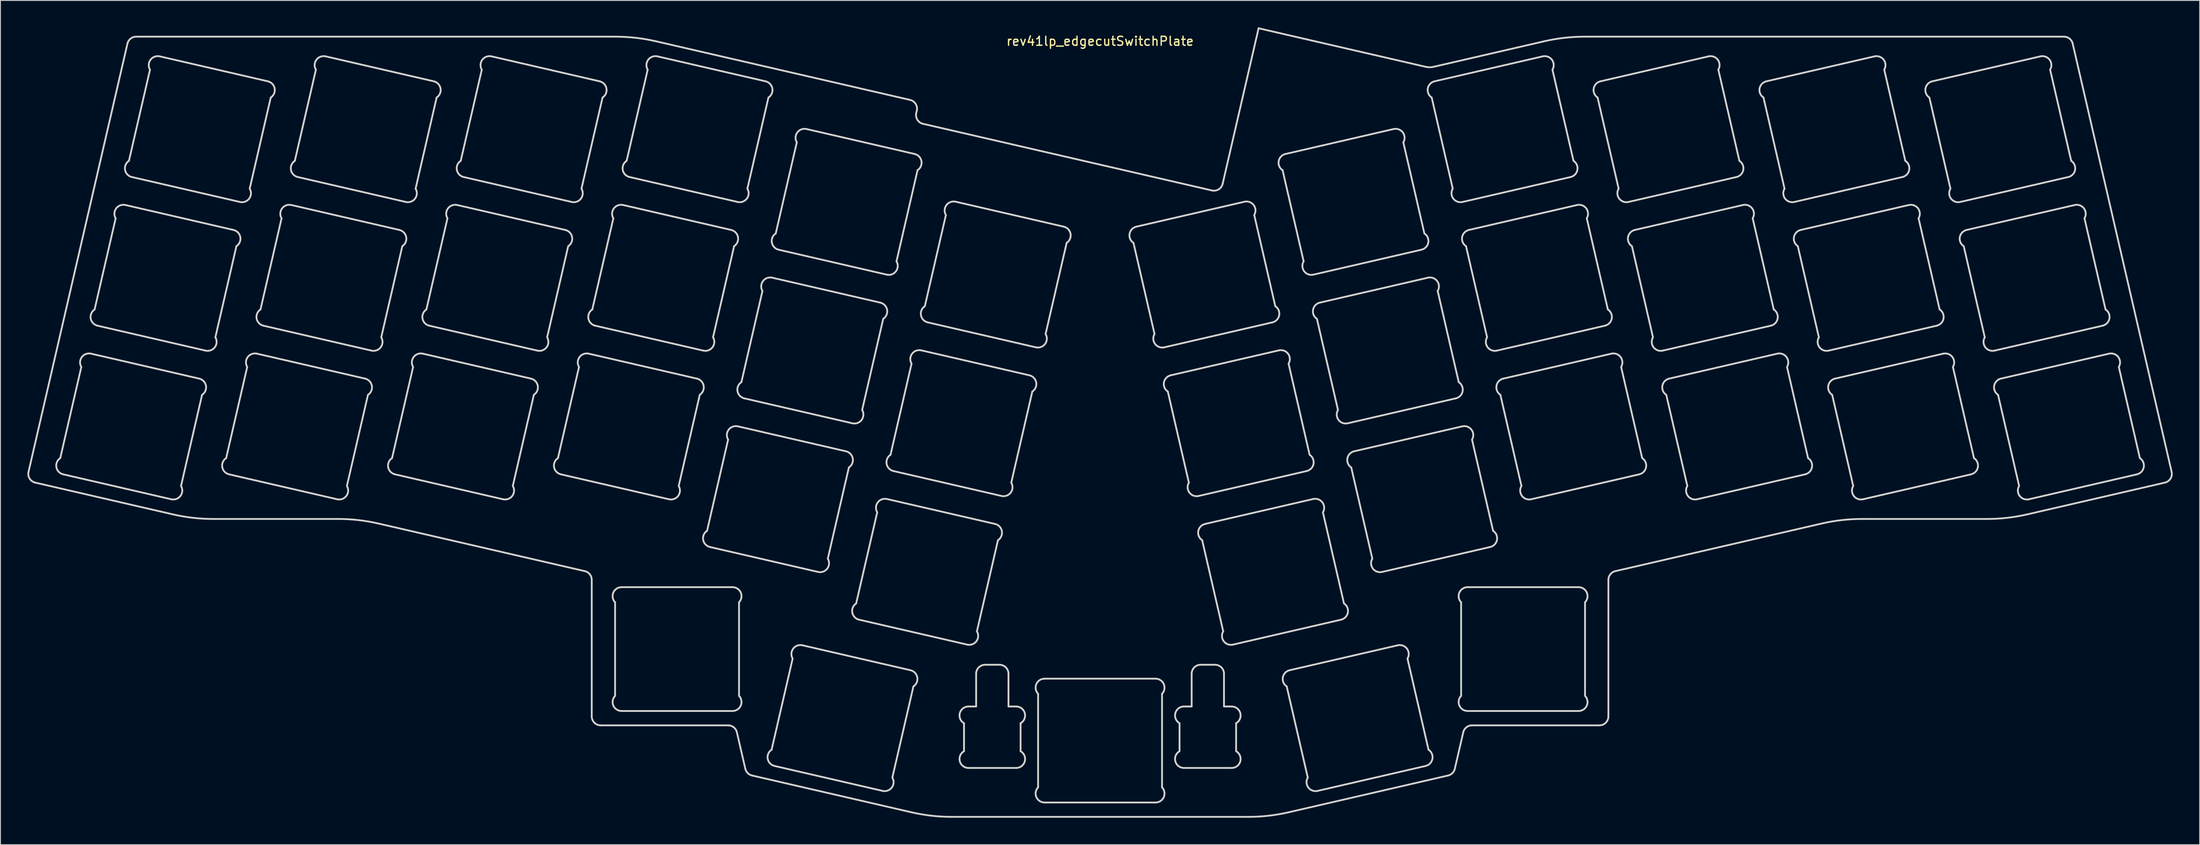
<source format=kicad_pcb>
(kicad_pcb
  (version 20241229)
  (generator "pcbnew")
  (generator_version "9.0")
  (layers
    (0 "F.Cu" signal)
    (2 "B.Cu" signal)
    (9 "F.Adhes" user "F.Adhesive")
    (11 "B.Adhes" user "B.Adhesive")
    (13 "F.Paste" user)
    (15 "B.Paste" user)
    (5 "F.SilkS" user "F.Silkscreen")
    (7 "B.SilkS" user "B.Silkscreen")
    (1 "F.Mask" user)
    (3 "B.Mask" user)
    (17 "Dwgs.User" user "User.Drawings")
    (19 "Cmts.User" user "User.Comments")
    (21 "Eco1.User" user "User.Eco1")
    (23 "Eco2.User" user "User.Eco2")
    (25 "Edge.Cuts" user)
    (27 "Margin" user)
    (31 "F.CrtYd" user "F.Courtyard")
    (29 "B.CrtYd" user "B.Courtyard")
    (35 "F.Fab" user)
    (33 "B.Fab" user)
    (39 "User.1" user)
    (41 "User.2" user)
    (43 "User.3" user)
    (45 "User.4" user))
  (footprint "rev41lp_edgecutSwitchPlate"
    (layer "F.Cu")
    (at 119.449 1.037)
    (property "Reference" "rev41lp_edgecutSwitchPlate" (at 0 0.5 0) (layer "F.SilkS") (effects (font (size 1 1) (thickness 0.15))))
    (attr through_hole)
    (fp_line (start -119.324 48.494) (end -108.307 0.775) (stroke (width 0.2) (type solid)) (layer "Edge.Cuts"))
    (fp_line (start -115.463 48.769) (end -103.426 51.548) (stroke (width 0.2) (type solid)) (layer "Edge.Cuts"))
    (fp_line (start -113.444 36.807) (end -115.788 46.959) (stroke (width 0.2) (type solid)) (layer "Edge.Cuts"))
    (fp_line (start -111.639 32.205) (end -99.602 34.984) (stroke (width 0.2) (type solid)) (layer "Edge.Cuts"))
    (fp_line (start -109.62 20.243) (end -111.964 30.395) (stroke (width 0.2) (type solid)) (layer "Edge.Cuts"))
    (fp_line (start -107.815 15.64) (end -95.778 18.419) (stroke (width 0.2) (type solid)) (layer "Edge.Cuts"))
    (fp_line (start -107.332 0) (end -53.96 0) (stroke (width 0.2) (type solid)) (layer "Edge.Cuts"))
    (fp_line (start -105.796 3.679) (end -108.139 13.83) (stroke (width 0.2) (type solid)) (layer "Edge.Cuts"))
    (fp_line (start -103.256 53.229) (end -118.574 49.693) (stroke (width 0.2) (type solid)) (layer "Edge.Cuts"))
    (fp_line (start -102.341 50.063) (end -99.998 39.912) (stroke (width 0.2) (type solid)) (layer "Edge.Cuts"))
    (fp_line (start -100.322 38.102) (end -112.359 35.323) (stroke (width 0.2) (type solid)) (layer "Edge.Cuts"))
    (fp_line (start -98.517 33.499) (end -96.174 23.347) (stroke (width 0.2) (type solid)) (layer "Edge.Cuts"))
    (fp_line (start -96.99 48.769) (end -84.953 51.548) (stroke (width 0.2) (type solid)) (layer "Edge.Cuts"))
    (fp_line (start -96.498 21.537) (end -108.535 18.758) (stroke (width 0.2) (type solid)) (layer "Edge.Cuts"))
    (fp_line (start -94.971 36.807) (end -97.314 46.959) (stroke (width 0.2) (type solid)) (layer "Edge.Cuts"))
    (fp_line (start -94.693 16.935) (end -92.349 6.783) (stroke (width 0.2) (type solid)) (layer "Edge.Cuts"))
    (fp_line (start -93.166 32.205) (end -81.129 34.984) (stroke (width 0.2) (type solid)) (layer "Edge.Cuts"))
    (fp_line (start -92.674 4.973) (end -104.711 2.194) (stroke (width 0.2) (type solid)) (layer "Edge.Cuts"))
    (fp_line (start -91.146 20.243) (end -93.49 30.395) (stroke (width 0.2) (type solid)) (layer "Edge.Cuts"))
    (fp_line (start -89.342 15.64) (end -77.304 18.419) (stroke (width 0.2) (type solid)) (layer "Edge.Cuts"))
    (fp_line (start -87.322 3.679) (end -89.666 13.83) (stroke (width 0.2) (type solid)) (layer "Edge.Cuts"))
    (fp_line (start -84.841 53.742) (end -98.757 53.742) (stroke (width 0.2) (type solid)) (layer "Edge.Cuts"))
    (fp_line (start -83.868 50.063) (end -81.524 39.912) (stroke (width 0.2) (type solid)) (layer "Edge.Cuts"))
    (fp_line (start -81.848 38.102) (end -93.886 35.323) (stroke (width 0.2) (type solid)) (layer "Edge.Cuts"))
    (fp_line (start -80.044 33.499) (end -77.7 23.347) (stroke (width 0.2) (type solid)) (layer "Edge.Cuts"))
    (fp_line (start -78.516 48.769) (end -66.479 51.548) (stroke (width 0.2) (type solid)) (layer "Edge.Cuts"))
    (fp_line (start -78.024 21.537) (end -90.061 18.758) (stroke (width 0.2) (type solid)) (layer "Edge.Cuts"))
    (fp_line (start -76.497 36.807) (end -78.841 46.959) (stroke (width 0.2) (type solid)) (layer "Edge.Cuts"))
    (fp_line (start -76.22 16.935) (end -73.876 6.783) (stroke (width 0.2) (type solid)) (layer "Edge.Cuts"))
    (fp_line (start -74.692 32.205) (end -62.655 34.984) (stroke (width 0.2) (type solid)) (layer "Edge.Cuts"))
    (fp_line (start -74.2 4.973) (end -86.237 2.194) (stroke (width 0.2) (type solid)) (layer "Edge.Cuts"))
    (fp_line (start -72.673 20.243) (end -75.017 30.395) (stroke (width 0.2) (type solid)) (layer "Edge.Cuts"))
    (fp_line (start -70.868 15.64) (end -58.831 18.419) (stroke (width 0.2) (type solid)) (layer "Edge.Cuts"))
    (fp_line (start -68.849 3.679) (end -71.192 13.83) (stroke (width 0.2) (type solid)) (layer "Edge.Cuts"))
    (fp_line (start -65.394 50.063) (end -63.051 39.912) (stroke (width 0.2) (type solid)) (layer "Edge.Cuts"))
    (fp_line (start -63.375 38.102) (end -75.412 35.323) (stroke (width 0.2) (type solid)) (layer "Edge.Cuts"))
    (fp_line (start -61.57 33.499) (end -59.227 23.347) (stroke (width 0.2) (type solid)) (layer "Edge.Cuts"))
    (fp_line (start -60.043 48.769) (end -48.006 51.548) (stroke (width 0.2) (type solid)) (layer "Edge.Cuts"))
    (fp_line (start -59.551 21.537) (end -71.588 18.758) (stroke (width 0.2) (type solid)) (layer "Edge.Cuts"))
    (fp_line (start -58.024 36.807) (end -60.367 46.959) (stroke (width 0.2) (type solid)) (layer "Edge.Cuts"))
    (fp_line (start -57.746 16.935) (end -55.402 6.783) (stroke (width 0.2) (type solid)) (layer "Edge.Cuts"))
    (fp_line (start -57.38 59.556) (end -80.342 54.255) (stroke (width 0.2) (type solid)) (layer "Edge.Cuts"))
    (fp_line (start -56.605 75.741) (end -56.605 60.53) (stroke (width 0.2) (type solid)) (layer "Edge.Cuts"))
    (fp_line (start -56.219 32.205) (end -44.182 34.984) (stroke (width 0.2) (type solid)) (layer "Edge.Cuts"))
    (fp_line (start -55.727 4.973) (end -67.764 2.194) (stroke (width 0.2) (type solid)) (layer "Edge.Cuts"))
    (fp_line (start -54.199 20.243) (end -56.543 30.395) (stroke (width 0.2) (type solid)) (layer "Edge.Cuts"))
    (fp_line (start -54.005 63.031) (end -54.005 73.45) (stroke (width 0.2) (type solid)) (layer "Edge.Cuts"))
    (fp_line (start -53.282 75.141) (end -40.928 75.141) (stroke (width 0.2) (type solid)) (layer "Edge.Cuts"))
    (fp_line (start -52.395 15.64) (end -40.358 18.419) (stroke (width 0.2) (type solid)) (layer "Edge.Cuts"))
    (fp_line (start -50.375 3.679) (end -52.719 13.83) (stroke (width 0.2) (type solid)) (layer "Edge.Cuts"))
    (fp_line (start -49.461 0.513) (end -21.158 7.047) (stroke (width 0.2) (type solid)) (layer "Edge.Cuts"))
    (fp_line (start -46.921 50.063) (end -44.577 39.912) (stroke (width 0.2) (type solid)) (layer "Edge.Cuts"))
    (fp_line (start -44.902 38.102) (end -56.939 35.323) (stroke (width 0.2) (type solid)) (layer "Edge.Cuts"))
    (fp_line (start -43.439 56.867) (end -31.402 59.646) (stroke (width 0.2) (type solid)) (layer "Edge.Cuts"))
    (fp_line (start -43.097 33.499) (end -40.753 23.347) (stroke (width 0.2) (type solid)) (layer "Edge.Cuts"))
    (fp_line (start -41.42 44.906) (end -43.763 55.057) (stroke (width 0.2) (type solid)) (layer "Edge.Cuts"))
    (fp_line (start -41.416 76.741) (end -55.605 76.741) (stroke (width 0.2) (type solid)) (layer "Edge.Cuts"))
    (fp_line (start -41.077 21.537) (end -53.114 18.758) (stroke (width 0.2) (type solid)) (layer "Edge.Cuts"))
    (fp_line (start -40.928 61.341) (end -53.282 61.341) (stroke (width 0.2) (type solid)) (layer "Edge.Cuts"))
    (fp_line (start -40.205 73.45) (end -40.205 63.031) (stroke (width 0.2) (type solid)) (layer "Edge.Cuts"))
    (fp_line (start -39.615 40.303) (end -27.578 43.082) (stroke (width 0.2) (type solid)) (layer "Edge.Cuts"))
    (fp_line (start -39.503 81.58) (end -40.442 77.516) (stroke (width 0.2) (type solid)) (layer "Edge.Cuts"))
    (fp_line (start -39.273 16.935) (end -36.929 6.783) (stroke (width 0.2) (type solid)) (layer "Edge.Cuts"))
    (fp_line (start -37.596 28.341) (end -39.939 38.493) (stroke (width 0.2) (type solid)) (layer "Edge.Cuts"))
    (fp_line (start -37.253 4.973) (end -49.29 2.194) (stroke (width 0.2) (type solid)) (layer "Edge.Cuts"))
    (fp_line (start -36.252 81.265) (end -24.215 84.044) (stroke (width 0.2) (type solid)) (layer "Edge.Cuts"))
    (fp_line (start -35.791 23.739) (end -23.754 26.518) (stroke (width 0.2) (type solid)) (layer "Edge.Cuts"))
    (fp_line (start -34.233 69.303) (end -36.576 79.455) (stroke (width 0.2) (type solid)) (layer "Edge.Cuts"))
    (fp_line (start -33.771 11.777) (end -36.115 21.929) (stroke (width 0.2) (type solid)) (layer "Edge.Cuts"))
    (fp_line (start -30.317 58.161) (end -27.973 48.01) (stroke (width 0.2) (type solid)) (layer "Edge.Cuts"))
    (fp_line (start -28.298 46.2) (end -40.335 43.421) (stroke (width 0.2) (type solid)) (layer "Edge.Cuts"))
    (fp_line (start -26.835 64.965) (end -14.798 67.744) (stroke (width 0.2) (type solid)) (layer "Edge.Cuts"))
    (fp_line (start -26.493 41.597) (end -24.149 31.446) (stroke (width 0.2) (type solid)) (layer "Edge.Cuts"))
    (fp_line (start -24.816 53.004) (end -27.16 63.155) (stroke (width 0.2) (type solid)) (layer "Edge.Cuts"))
    (fp_line (start -24.474 29.636) (end -36.511 26.857) (stroke (width 0.2) (type solid)) (layer "Edge.Cuts"))
    (fp_line (start -23.13 82.559) (end -20.786 72.408) (stroke (width 0.2) (type solid)) (layer "Edge.Cuts"))
    (fp_line (start -23.011 48.401) (end -10.974 51.18) (stroke (width 0.2) (type solid)) (layer "Edge.Cuts"))
    (fp_line (start -22.669 25.033) (end -20.325 14.881) (stroke (width 0.2) (type solid)) (layer "Edge.Cuts"))
    (fp_line (start -21.111 70.598) (end -33.148 67.819) (stroke (width 0.2) (type solid)) (layer "Edge.Cuts"))
    (fp_line (start -21.01 86.426) (end -38.754 82.329) (stroke (width 0.2) (type solid)) (layer "Edge.Cuts"))
    (fp_line (start -20.992 36.44) (end -23.335 46.591) (stroke (width 0.2) (type solid)) (layer "Edge.Cuts"))
    (fp_line (start -20.649 13.071) (end -32.686 10.292) (stroke (width 0.2) (type solid)) (layer "Edge.Cuts"))
    (fp_line (start -20.409 8.246) (end -20.47 8.509) (stroke (width 0.2) (type solid)) (layer "Edge.Cuts"))
    (fp_line (start -19.72 9.708) (end 12.454 17.136) (stroke (width 0.2) (type solid)) (layer "Edge.Cuts"))
    (fp_line (start -19.187 31.837) (end -7.15 34.616) (stroke (width 0.2) (type solid)) (layer "Edge.Cuts"))
    (fp_line (start -17.168 19.875) (end -19.511 30.027) (stroke (width 0.2) (type solid)) (layer "Edge.Cuts"))
    (fp_line (start -15.15 76.504) (end -15.15 79.622) (stroke (width 0.2) (type solid)) (layer "Edge.Cuts"))
    (fp_line (start -14.65 81.488) (end -9.35 81.488) (stroke (width 0.2) (type solid)) (layer "Edge.Cuts"))
    (fp_line (start -13.8 70.988) (end -13.8 74.638) (stroke (width 0.2) (type solid)) (layer "Edge.Cuts"))
    (fp_line (start -13.8 74.638) (end -14.65 74.638) (stroke (width 0.2) (type solid)) (layer "Edge.Cuts"))
    (fp_line (start -13.713 66.26) (end -11.37 56.108) (stroke (width 0.2) (type solid)) (layer "Edge.Cuts"))
    (fp_line (start -11.694 54.298) (end -23.731 51.519) (stroke (width 0.2) (type solid)) (layer "Edge.Cuts"))
    (fp_line (start -11.2 69.988) (end -12.8 69.988) (stroke (width 0.2) (type solid)) (layer "Edge.Cuts"))
    (fp_line (start -10.2 74.638) (end -10.2 70.988) (stroke (width 0.2) (type solid)) (layer "Edge.Cuts"))
    (fp_line (start -9.889 49.695) (end -7.545 39.544) (stroke (width 0.2) (type solid)) (layer "Edge.Cuts"))
    (fp_line (start -9.35 74.638) (end -10.2 74.638) (stroke (width 0.2) (type solid)) (layer "Edge.Cuts"))
    (fp_line (start -8.85 79.622) (end -8.85 76.504) (stroke (width 0.2) (type solid)) (layer "Edge.Cuts"))
    (fp_line (start -7.87 37.734) (end -19.907 34.955) (stroke (width 0.2) (type solid)) (layer "Edge.Cuts"))
    (fp_line (start -6.9 73.229) (end -6.9 83.648) (stroke (width 0.2) (type solid)) (layer "Edge.Cuts"))
    (fp_line (start -6.177 85.338) (end 6.177 85.338) (stroke (width 0.2) (type solid)) (layer "Edge.Cuts"))
    (fp_line (start -6.065 33.131) (end -3.721 22.98) (stroke (width 0.2) (type solid)) (layer "Edge.Cuts"))
    (fp_line (start -4.046 21.17) (end -16.083 18.391) (stroke (width 0.2) (type solid)) (layer "Edge.Cuts"))
    (fp_line (start 3.721 22.98) (end 6.065 33.131) (stroke (width 0.2) (type solid)) (layer "Edge.Cuts"))
    (fp_line (start 6.177 71.538) (end -6.177 71.538) (stroke (width 0.2) (type solid)) (layer "Edge.Cuts"))
    (fp_line (start 6.9 83.648) (end 6.9 73.229) (stroke (width 0.2) (type solid)) (layer "Edge.Cuts"))
    (fp_line (start 7.15 34.616) (end 19.187 31.837) (stroke (width 0.2) (type solid)) (layer "Edge.Cuts"))
    (fp_line (start 7.545 39.544) (end 9.889 49.695) (stroke (width 0.2) (type solid)) (layer "Edge.Cuts"))
    (fp_line (start 8.85 79.622) (end 8.85 76.504) (stroke (width 0.2) (type solid)) (layer "Edge.Cuts"))
    (fp_line (start 9.35 74.638) (end 10.2 74.638) (stroke (width 0.2) (type solid)) (layer "Edge.Cuts"))
    (fp_line (start 10.2 74.638) (end 10.2 70.988) (stroke (width 0.2) (type solid)) (layer "Edge.Cuts"))
    (fp_line (start 10.974 51.18) (end 23.011 48.401) (stroke (width 0.2) (type solid)) (layer "Edge.Cuts"))
    (fp_line (start 11.2 69.988) (end 12.8 69.988) (stroke (width 0.2) (type solid)) (layer "Edge.Cuts"))
    (fp_line (start 11.37 56.108) (end 13.713 66.26) (stroke (width 0.2) (type solid)) (layer "Edge.Cuts"))
    (fp_line (start 13.653 16.387) (end 17.653 -0.937) (stroke (width 0.2) (type solid)) (layer "Edge.Cuts"))
    (fp_line (start 13.8 70.988) (end 13.8 74.638) (stroke (width 0.2) (type solid)) (layer "Edge.Cuts"))
    (fp_line (start 13.8 74.638) (end 14.65 74.638) (stroke (width 0.2) (type solid)) (layer "Edge.Cuts"))
    (fp_line (start 14.65 81.488) (end 9.35 81.488) (stroke (width 0.2) (type solid)) (layer "Edge.Cuts"))
    (fp_line (start 14.798 67.744) (end 26.835 64.965) (stroke (width 0.2) (type solid)) (layer "Edge.Cuts"))
    (fp_line (start 15.15 76.504) (end 15.15 79.622) (stroke (width 0.2) (type solid)) (layer "Edge.Cuts"))
    (fp_line (start 16.083 18.391) (end 4.046 21.17) (stroke (width 0.2) (type solid)) (layer "Edge.Cuts"))
    (fp_line (start 16.511 86.938) (end -16.511 86.938) (stroke (width 0.2) (type solid)) (layer "Edge.Cuts"))
    (fp_line (start 17.653 -0.937) (end 36.247 3.356) (stroke (width 0.2) (type solid)) (layer "Edge.Cuts"))
    (fp_line (start 19.511 30.027) (end 17.168 19.875) (stroke (width 0.2) (type solid)) (layer "Edge.Cuts"))
    (fp_line (start 19.907 34.955) (end 7.87 37.734) (stroke (width 0.2) (type solid)) (layer "Edge.Cuts"))
    (fp_line (start 20.325 14.881) (end 22.669 25.033) (stroke (width 0.2) (type solid)) (layer "Edge.Cuts"))
    (fp_line (start 20.786 72.408) (end 23.13 82.559) (stroke (width 0.2) (type solid)) (layer "Edge.Cuts"))
    (fp_line (start 23.335 46.591) (end 20.992 36.44) (stroke (width 0.2) (type solid)) (layer "Edge.Cuts"))
    (fp_line (start 23.731 51.519) (end 11.694 54.298) (stroke (width 0.2) (type solid)) (layer "Edge.Cuts"))
    (fp_line (start 23.754 26.518) (end 35.791 23.739) (stroke (width 0.2) (type solid)) (layer "Edge.Cuts"))
    (fp_line (start 24.149 31.446) (end 26.493 41.597) (stroke (width 0.2) (type solid)) (layer "Edge.Cuts"))
    (fp_line (start 24.215 84.044) (end 36.252 81.265) (stroke (width 0.2) (type solid)) (layer "Edge.Cuts"))
    (fp_line (start 27.16 63.155) (end 24.816 53.004) (stroke (width 0.2) (type solid)) (layer "Edge.Cuts"))
    (fp_line (start 27.578 43.082) (end 39.615 40.303) (stroke (width 0.2) (type solid)) (layer "Edge.Cuts"))
    (fp_line (start 27.973 48.01) (end 30.317 58.161) (stroke (width 0.2) (type solid)) (layer "Edge.Cuts"))
    (fp_line (start 31.402 59.646) (end 43.439 56.867) (stroke (width 0.2) (type solid)) (layer "Edge.Cuts"))
    (fp_line (start 32.686 10.292) (end 20.649 13.071) (stroke (width 0.2) (type solid)) (layer "Edge.Cuts"))
    (fp_line (start 33.148 67.819) (end 21.111 70.598) (stroke (width 0.2) (type solid)) (layer "Edge.Cuts"))
    (fp_line (start 36.115 21.929) (end 33.771 11.777) (stroke (width 0.2) (type solid)) (layer "Edge.Cuts"))
    (fp_line (start 36.511 26.857) (end 24.474 29.636) (stroke (width 0.2) (type solid)) (layer "Edge.Cuts"))
    (fp_line (start 36.576 79.455) (end 34.233 69.303) (stroke (width 0.2) (type solid)) (layer "Edge.Cuts"))
    (fp_line (start 36.929 6.783) (end 39.273 16.935) (stroke (width 0.2) (type solid)) (layer "Edge.Cuts"))
    (fp_line (start 37.147 3.356) (end 49.461 0.513) (stroke (width 0.2) (type solid)) (layer "Edge.Cuts"))
    (fp_line (start 38.754 82.329) (end 21.01 86.426) (stroke (width 0.2) (type solid)) (layer "Edge.Cuts"))
    (fp_line (start 39.939 38.493) (end 37.596 28.341) (stroke (width 0.2) (type solid)) (layer "Edge.Cuts"))
    (fp_line (start 40.205 63.031) (end 40.205 73.45) (stroke (width 0.2) (type solid)) (layer "Edge.Cuts"))
    (fp_line (start 40.335 43.421) (end 28.298 46.2) (stroke (width 0.2) (type solid)) (layer "Edge.Cuts"))
    (fp_line (start 40.358 18.419) (end 52.395 15.64) (stroke (width 0.2) (type solid)) (layer "Edge.Cuts"))
    (fp_line (start 40.442 77.516) (end 39.503 81.58) (stroke (width 0.2) (type solid)) (layer "Edge.Cuts"))
    (fp_line (start 40.753 23.347) (end 43.097 33.499) (stroke (width 0.2) (type solid)) (layer "Edge.Cuts"))
    (fp_line (start 40.928 75.141) (end 53.282 75.141) (stroke (width 0.2) (type solid)) (layer "Edge.Cuts"))
    (fp_line (start 43.763 55.057) (end 41.42 44.906) (stroke (width 0.2) (type solid)) (layer "Edge.Cuts"))
    (fp_line (start 44.182 34.984) (end 56.219 32.205) (stroke (width 0.2) (type solid)) (layer "Edge.Cuts"))
    (fp_line (start 44.577 39.912) (end 46.921 50.063) (stroke (width 0.2) (type solid)) (layer "Edge.Cuts"))
    (fp_line (start 48.006 51.548) (end 60.043 48.769) (stroke (width 0.2) (type solid)) (layer "Edge.Cuts"))
    (fp_line (start 49.29 2.194) (end 37.253 4.973) (stroke (width 0.2) (type solid)) (layer "Edge.Cuts"))
    (fp_line (start 52.719 13.83) (end 50.375 3.679) (stroke (width 0.2) (type solid)) (layer "Edge.Cuts"))
    (fp_line (start 53.114 18.758) (end 41.077 21.537) (stroke (width 0.2) (type solid)) (layer "Edge.Cuts"))
    (fp_line (start 53.282 61.341) (end 40.928 61.341) (stroke (width 0.2) (type solid)) (layer "Edge.Cuts"))
    (fp_line (start 53.96 0) (end 107.332 0) (stroke (width 0.2) (type solid)) (layer "Edge.Cuts"))
    (fp_line (start 54.005 73.45) (end 54.005 63.031) (stroke (width 0.2) (type solid)) (layer "Edge.Cuts"))
    (fp_line (start 55.402 6.783) (end 57.746 16.935) (stroke (width 0.2) (type solid)) (layer "Edge.Cuts"))
    (fp_line (start 55.605 76.741) (end 41.416 76.741) (stroke (width 0.2) (type solid)) (layer "Edge.Cuts"))
    (fp_line (start 56.543 30.395) (end 54.199 20.243) (stroke (width 0.2) (type solid)) (layer "Edge.Cuts"))
    (fp_line (start 56.605 60.53) (end 56.605 75.741) (stroke (width 0.2) (type solid)) (layer "Edge.Cuts"))
    (fp_line (start 56.939 35.323) (end 44.902 38.102) (stroke (width 0.2) (type solid)) (layer "Edge.Cuts"))
    (fp_line (start 58.831 18.419) (end 70.868 15.64) (stroke (width 0.2) (type solid)) (layer "Edge.Cuts"))
    (fp_line (start 59.227 23.347) (end 61.57 33.499) (stroke (width 0.2) (type solid)) (layer "Edge.Cuts"))
    (fp_line (start 60.367 46.959) (end 58.024 36.807) (stroke (width 0.2) (type solid)) (layer "Edge.Cuts"))
    (fp_line (start 62.655 34.984) (end 74.692 32.205) (stroke (width 0.2) (type solid)) (layer "Edge.Cuts"))
    (fp_line (start 63.051 39.912) (end 65.394 50.063) (stroke (width 0.2) (type solid)) (layer "Edge.Cuts"))
    (fp_line (start 66.479 51.548) (end 78.516 48.769) (stroke (width 0.2) (type solid)) (layer "Edge.Cuts"))
    (fp_line (start 67.764 2.194) (end 55.727 4.973) (stroke (width 0.2) (type solid)) (layer "Edge.Cuts"))
    (fp_line (start 71.192 13.83) (end 68.849 3.679) (stroke (width 0.2) (type solid)) (layer "Edge.Cuts"))
    (fp_line (start 71.588 18.758) (end 59.551 21.537) (stroke (width 0.2) (type solid)) (layer "Edge.Cuts"))
    (fp_line (start 73.876 6.783) (end 76.22 16.935) (stroke (width 0.2) (type solid)) (layer "Edge.Cuts"))
    (fp_line (start 75.017 30.395) (end 72.673 20.243) (stroke (width 0.2) (type solid)) (layer "Edge.Cuts"))
    (fp_line (start 75.412 35.323) (end 63.375 38.102) (stroke (width 0.2) (type solid)) (layer "Edge.Cuts"))
    (fp_line (start 77.304 18.419) (end 89.342 15.64) (stroke (width 0.2) (type solid)) (layer "Edge.Cuts"))
    (fp_line (start 77.7 23.347) (end 80.044 33.499) (stroke (width 0.2) (type solid)) (layer "Edge.Cuts"))
    (fp_line (start 78.841 46.959) (end 76.497 36.807) (stroke (width 0.2) (type solid)) (layer "Edge.Cuts"))
    (fp_line (start 80.342 54.255) (end 57.38 59.556) (stroke (width 0.2) (type solid)) (layer "Edge.Cuts"))
    (fp_line (start 81.129 34.984) (end 93.166 32.205) (stroke (width 0.2) (type solid)) (layer "Edge.Cuts"))
    (fp_line (start 81.524 39.912) (end 83.868 50.063) (stroke (width 0.2) (type solid)) (layer "Edge.Cuts"))
    (fp_line (start 84.953 51.548) (end 96.99 48.769) (stroke (width 0.2) (type solid)) (layer "Edge.Cuts"))
    (fp_line (start 86.237 2.194) (end 74.2 4.973) (stroke (width 0.2) (type solid)) (layer "Edge.Cuts"))
    (fp_line (start 89.666 13.83) (end 87.322 3.679) (stroke (width 0.2) (type solid)) (layer "Edge.Cuts"))
    (fp_line (start 90.061 18.758) (end 78.024 21.537) (stroke (width 0.2) (type solid)) (layer "Edge.Cuts"))
    (fp_line (start 92.349 6.783) (end 94.693 16.935) (stroke (width 0.2) (type solid)) (layer "Edge.Cuts"))
    (fp_line (start 93.49 30.395) (end 91.146 20.243) (stroke (width 0.2) (type solid)) (layer "Edge.Cuts"))
    (fp_line (start 93.886 35.323) (end 81.848 38.102) (stroke (width 0.2) (type solid)) (layer "Edge.Cuts"))
    (fp_line (start 95.778 18.419) (end 107.815 15.64) (stroke (width 0.2) (type solid)) (layer "Edge.Cuts"))
    (fp_line (start 96.174 23.347) (end 98.517 33.499) (stroke (width 0.2) (type solid)) (layer "Edge.Cuts"))
    (fp_line (start 97.314 46.959) (end 94.971 36.807) (stroke (width 0.2) (type solid)) (layer "Edge.Cuts"))
    (fp_line (start 98.757 53.742) (end 84.841 53.742) (stroke (width 0.2) (type solid)) (layer "Edge.Cuts"))
    (fp_line (start 99.602 34.984) (end 111.639 32.205) (stroke (width 0.2) (type solid)) (layer "Edge.Cuts"))
    (fp_line (start 99.998 39.912) (end 102.341 50.063) (stroke (width 0.2) (type solid)) (layer "Edge.Cuts"))
    (fp_line (start 103.426 51.548) (end 115.463 48.769) (stroke (width 0.2) (type solid)) (layer "Edge.Cuts"))
    (fp_line (start 104.711 2.194) (end 92.674 4.973) (stroke (width 0.2) (type solid)) (layer "Edge.Cuts"))
    (fp_line (start 108.139 13.83) (end 105.796 3.679) (stroke (width 0.2) (type solid)) (layer "Edge.Cuts"))
    (fp_line (start 108.307 0.775) (end 119.324 48.494) (stroke (width 0.2) (type solid)) (layer "Edge.Cuts"))
    (fp_line (start 108.535 18.758) (end 96.498 21.537) (stroke (width 0.2) (type solid)) (layer "Edge.Cuts"))
    (fp_line (start 111.964 30.395) (end 109.62 20.243) (stroke (width 0.2) (type solid)) (layer "Edge.Cuts"))
    (fp_line (start 112.359 35.323) (end 100.322 38.102) (stroke (width 0.2) (type solid)) (layer "Edge.Cuts"))
    (fp_line (start 115.788 46.959) (end 113.444 36.807) (stroke (width 0.2) (type solid)) (layer "Edge.Cuts"))
    (fp_line (start 118.574 49.693) (end 103.256 53.229) (stroke (width 0.2) (type solid)) (layer "Edge.Cuts"))
    (fp_arc (start -118.574096 49.692873) (mid -119.197193 49.248422) (end -119.323515 48.493552) (stroke (width 0.2) (type solid)) (layer "Edge.Cuts"))
    (fp_arc (start -115.463403 48.768945) (mid -116.22278 47.970916) (end -115.787669 46.958897) (stroke (width 0.2) (type solid)) (layer "Edge.Cuts"))
    (fp_arc (start -113.444 36.807352) (mid -113.391436 35.707014) (end -112.359078 35.322639) (stroke (width 0.2) (type solid)) (layer "Edge.Cuts"))
    (fp_arc (start -111.639235 32.204655) (mid -112.398613 31.406625) (end -111.963501 30.394605) (stroke (width 0.2) (type solid)) (layer "Edge.Cuts"))
    (fp_arc (start -109.619834 20.24306) (mid -109.567268 19.142722) (end -108.53491 18.758348) (stroke (width 0.2) (type solid)) (layer "Edge.Cuts"))
    (fp_arc (start -108.306829 0.775048) (mid -107.954974 0.217392) (end -107.33246 0) (stroke (width 0.2) (type solid)) (layer "Edge.Cuts"))
    (fp_arc (start -107.815067 15.640364) (mid -108.574445 14.842334) (end -108.139333 13.830314) (stroke (width 0.2) (type solid)) (layer "Edge.Cuts"))
    (fp_arc (start -105.795665 3.67877) (mid -105.743101 2.578432) (end -104.710743 2.194057) (stroke (width 0.2) (type solid)) (layer "Edge.Cuts"))
    (fp_arc (start -102.341362 50.063221) (mid -102.393926 51.163559) (end -103.426284 51.547934) (stroke (width 0.2) (type solid)) (layer "Edge.Cuts"))
    (fp_arc (start -100.32196 38.101627) (mid -99.562582 38.899657) (end -99.997694 39.911677) (stroke (width 0.2) (type solid)) (layer "Edge.Cuts"))
    (fp_arc (start -98.756723 53.741992) (mid -101.020787 53.613429) (end -103.255744 53.229393) (stroke (width 0.2) (type solid)) (layer "Edge.Cuts"))
    (fp_arc (start -98.517194 33.49893) (mid -98.569758 34.599268) (end -99.602116 34.983643) (stroke (width 0.2) (type solid)) (layer "Edge.Cuts"))
    (fp_arc (start -96.989929 48.768945) (mid -97.749306 47.970916) (end -97.314195 46.958897) (stroke (width 0.2) (type solid)) (layer "Edge.Cuts"))
    (fp_arc (start -96.497792 21.537336) (mid -95.738414 22.335366) (end -96.173526 23.347386) (stroke (width 0.2) (type solid)) (layer "Edge.Cuts"))
    (fp_arc (start -94.970528 36.807351) (mid -94.917962 35.707013) (end -93.885604 35.322639) (stroke (width 0.2) (type solid)) (layer "Edge.Cuts"))
    (fp_arc (start -94.693026 16.934639) (mid -94.74559 18.034977) (end -95.777948 18.419352) (stroke (width 0.2) (type solid)) (layer "Edge.Cuts"))
    (fp_arc (start -93.165761 32.204655) (mid -93.925139 31.406625) (end -93.490027 30.394605) (stroke (width 0.2) (type solid)) (layer "Edge.Cuts"))
    (fp_arc (start -92.673624 4.973045) (mid -91.914246 5.771075) (end -92.349358 6.783095) (stroke (width 0.2) (type solid)) (layer "Edge.Cuts"))
    (fp_arc (start -91.146359 20.243061) (mid -91.093795 19.142723) (end -90.061437 18.758348) (stroke (width 0.2) (type solid)) (layer "Edge.Cuts"))
    (fp_arc (start -89.341593 15.640364) (mid -90.100971 14.842334) (end -89.665859 13.830314) (stroke (width 0.2) (type solid)) (layer "Edge.Cuts"))
    (fp_arc (start -87.322191 3.67877) (mid -87.269627 2.578432) (end -86.237269 2.194057) (stroke (width 0.2) (type solid)) (layer "Edge.Cuts"))
    (fp_arc (start -84.840673 53.741991) (mid -82.576609 53.870554) (end -80.341652 54.25459) (stroke (width 0.2) (type solid)) (layer "Edge.Cuts"))
    (fp_arc (start -83.867888 50.063221) (mid -83.920452 51.163559) (end -84.95281 51.547934) (stroke (width 0.2) (type solid)) (layer "Edge.Cuts"))
    (fp_arc (start -81.848486 38.101627) (mid -81.089108 38.899657) (end -81.52422 39.911677) (stroke (width 0.2) (type solid)) (layer "Edge.Cuts"))
    (fp_arc (start -80.04372 33.49893) (mid -80.096284 34.599268) (end -81.128642 34.983643) (stroke (width 0.2) (type solid)) (layer "Edge.Cuts"))
    (fp_arc (start -78.516455 48.768945) (mid -79.275832 47.970916) (end -78.840721 46.958897) (stroke (width 0.2) (type solid)) (layer "Edge.Cuts"))
    (fp_arc (start -78.024318 21.537336) (mid -77.26494 22.335366) (end -77.700052 23.347386) (stroke (width 0.2) (type solid)) (layer "Edge.Cuts"))
    (fp_arc (start -76.497053 36.807352) (mid -76.444489 35.707014) (end -75.412131 35.322639) (stroke (width 0.2) (type solid)) (layer "Edge.Cuts"))
    (fp_arc (start -76.219552 16.934639) (mid -76.272116 18.034977) (end -77.304474 18.419352) (stroke (width 0.2) (type solid)) (layer "Edge.Cuts"))
    (fp_arc (start -74.692287 32.204655) (mid -75.451665 31.406625) (end -75.016553 30.394605) (stroke (width 0.2) (type solid)) (layer "Edge.Cuts"))
    (fp_arc (start -74.20015 4.973045) (mid -73.440772 5.771075) (end -73.875884 6.783095) (stroke (width 0.2) (type solid)) (layer "Edge.Cuts"))
    (fp_arc (start -72.672885 20.243061) (mid -72.620321 19.142723) (end -71.587963 18.758348) (stroke (width 0.2) (type solid)) (layer "Edge.Cuts"))
    (fp_arc (start -70.868119 15.640364) (mid -71.627497 14.842334) (end -71.192385 13.830314) (stroke (width 0.2) (type solid)) (layer "Edge.Cuts"))
    (fp_arc (start -68.848717 3.67877) (mid -68.796153 2.578432) (end -67.763795 2.194057) (stroke (width 0.2) (type solid)) (layer "Edge.Cuts"))
    (fp_arc (start -65.394414 50.063221) (mid -65.446978 51.163559) (end -66.479336 51.547934) (stroke (width 0.2) (type solid)) (layer "Edge.Cuts"))
    (fp_arc (start -63.375012 38.101627) (mid -62.615634 38.899657) (end -63.050746 39.911677) (stroke (width 0.2) (type solid)) (layer "Edge.Cuts"))
    (fp_arc (start -61.570246 33.49893) (mid -61.62281 34.599268) (end -62.655168 34.983643) (stroke (width 0.2) (type solid)) (layer "Edge.Cuts"))
    (fp_arc (start -60.042981 48.768945) (mid -60.802358 47.970916) (end -60.367247 46.958897) (stroke (width 0.2) (type solid)) (layer "Edge.Cuts"))
    (fp_arc (start -59.550844 21.537336) (mid -58.791466 22.335366) (end -59.226578 23.347386) (stroke (width 0.2) (type solid)) (layer "Edge.Cuts"))
    (fp_arc (start -58.023579 36.807352) (mid -57.971015 35.707014) (end -56.938657 35.322639) (stroke (width 0.2) (type solid)) (layer "Edge.Cuts"))
    (fp_arc (start -57.746078 16.934639) (mid -57.798642 18.034977) (end -58.831 18.419352) (stroke (width 0.2) (type solid)) (layer "Edge.Cuts"))
    (fp_arc (start -57.380101 59.555682) (mid -56.822444 59.907537) (end -56.605052 60.530052) (stroke (width 0.2) (type solid)) (layer "Edge.Cuts"))
    (fp_arc (start -56.218813 32.204655) (mid -56.978191 31.406625) (end -56.543079 30.394605) (stroke (width 0.2) (type solid)) (layer "Edge.Cuts"))
    (fp_arc (start -55.726676 4.973045) (mid -54.967298 5.771075) (end -55.40241 6.783095) (stroke (width 0.2) (type solid)) (layer "Edge.Cuts"))
    (fp_arc (start -55.605052 76.74074) (mid -56.312159 76.447847) (end -56.605052 75.74074) (stroke (width 0.2) (type solid)) (layer "Edge.Cuts"))
    (fp_arc (start -54.199411 20.243061) (mid -54.146847 19.142723) (end -53.114489 18.758348) (stroke (width 0.2) (type solid)) (layer "Edge.Cuts"))
    (fp_arc (start -54.005052 63.031454) (mid -54.201357 61.947493) (end -53.281924 61.34074) (stroke (width 0.2) (type solid)) (layer "Edge.Cuts"))
    (fp_arc (start -53.959882 -0.000001) (mid -51.695818 0.128562) (end -49.460861 0.512598) (stroke (width 0.2) (type solid)) (layer "Edge.Cuts"))
    (fp_arc (start -53.281924 75.14074) (mid -54.201357 74.533987) (end -54.005052 73.450026) (stroke (width 0.2) (type solid)) (layer "Edge.Cuts"))
    (fp_arc (start -52.394645 15.640364) (mid -53.154023 14.842334) (end -52.718911 13.830314) (stroke (width 0.2) (type solid)) (layer "Edge.Cuts"))
    (fp_arc (start -50.375243 3.67877) (mid -50.322679 2.578432) (end -49.290321 2.194057) (stroke (width 0.2) (type solid)) (layer "Edge.Cuts"))
    (fp_arc (start -46.92094 50.063221) (mid -46.973504 51.163559) (end -48.005862 51.547934) (stroke (width 0.2) (type solid)) (layer "Edge.Cuts"))
    (fp_arc (start -44.901538 38.101627) (mid -44.14216 38.899657) (end -44.577272 39.911677) (stroke (width 0.2) (type solid)) (layer "Edge.Cuts"))
    (fp_arc (start -43.439133 56.867184) (mid -44.198511 56.069154) (end -43.763399 55.057134) (stroke (width 0.2) (type solid)) (layer "Edge.Cuts"))
    (fp_arc (start -43.096772 33.49893) (mid -43.149336 34.599268) (end -44.181694 34.983643) (stroke (width 0.2) (type solid)) (layer "Edge.Cuts"))
    (fp_arc (start -41.41973 44.90559) (mid -41.367166 43.805252) (end -40.334808 43.420877) (stroke (width 0.2) (type solid)) (layer "Edge.Cuts"))
    (fp_arc (start -41.416042 76.740739) (mid -40.793527 76.958131) (end -40.441671 77.515789) (stroke (width 0.2) (type solid)) (layer "Edge.Cuts"))
    (fp_arc (start -41.07737 21.537336) (mid -40.317992 22.335366) (end -40.753104 23.347386) (stroke (width 0.2) (type solid)) (layer "Edge.Cuts"))
    (fp_arc (start -40.928178 61.34074) (mid -40.008746 61.947494) (end -40.205052 63.031455) (stroke (width 0.2) (type solid)) (layer "Edge.Cuts"))
    (fp_arc (start -40.205051 73.450026) (mid -40.008746 74.533987) (end -40.928179 75.14074) (stroke (width 0.2) (type solid)) (layer "Edge.Cuts"))
    (fp_arc (start -39.614965 40.302893) (mid -40.374343 39.504863) (end -39.939231 38.492843) (stroke (width 0.2) (type solid)) (layer "Edge.Cuts"))
    (fp_arc (start -39.272604 16.934639) (mid -39.325168 18.034977) (end -40.357526 18.419352) (stroke (width 0.2) (type solid)) (layer "Edge.Cuts"))
    (fp_arc (start -38.753975 82.329336) (mid -39.236131 82.062073) (end -39.503394 81.579917) (stroke (width 0.2) (type solid)) (layer "Edge.Cuts"))
    (fp_arc (start -37.595562 28.341299) (mid -37.542998 27.240961) (end -36.51064 26.856586) (stroke (width 0.2) (type solid)) (layer "Edge.Cuts"))
    (fp_arc (start -37.253202 4.973045) (mid -36.493824 5.771075) (end -36.928936 6.783095) (stroke (width 0.2) (type solid)) (layer "Edge.Cuts"))
    (fp_arc (start -36.252136 81.264845) (mid -37.011514 80.466815) (end -36.576402 79.454795) (stroke (width 0.2) (type solid)) (layer "Edge.Cuts"))
    (fp_arc (start -35.790797 23.738602) (mid -36.550175 22.940572) (end -36.115063 21.928552) (stroke (width 0.2) (type solid)) (layer "Edge.Cuts"))
    (fp_arc (start -34.232733 69.303251) (mid -34.180169 68.202913) (end -33.147811 67.818538) (stroke (width 0.2) (type solid)) (layer "Edge.Cuts"))
    (fp_arc (start -33.771394 11.777008) (mid -33.71883 10.67667) (end -32.686472 10.292295) (stroke (width 0.2) (type solid)) (layer "Edge.Cuts"))
    (fp_arc (start -30.317092 58.161459) (mid -30.369656 59.261797) (end -31.402014 59.646172) (stroke (width 0.2) (type solid)) (layer "Edge.Cuts"))
    (fp_arc (start -28.297689 46.199865) (mid -27.538311 46.997895) (end -27.973423 48.009915) (stroke (width 0.2) (type solid)) (layer "Edge.Cuts"))
    (fp_arc (start -26.835284 64.965422) (mid -27.594662 64.167392) (end -27.15955 63.155372) (stroke (width 0.2) (type solid)) (layer "Edge.Cuts"))
    (fp_arc (start -26.492924 41.597168) (mid -26.545488 42.697506) (end -27.577846 43.081881) (stroke (width 0.2) (type solid)) (layer "Edge.Cuts"))
    (fp_arc (start -24.815882 53.003828) (mid -24.763318 51.90349) (end -23.73096 51.519115) (stroke (width 0.2) (type solid)) (layer "Edge.Cuts"))
    (fp_arc (start -24.473522 29.635573) (mid -23.714143 30.433603) (end -24.149255 31.445624) (stroke (width 0.2) (type solid)) (layer "Edge.Cuts"))
    (fp_arc (start -23.130094 82.559118) (mid -23.182658 83.659458) (end -24.215017 84.043833) (stroke (width 0.2) (type solid)) (layer "Edge.Cuts"))
    (fp_arc (start -23.011116 48.401132) (mid -23.770495 47.603102) (end -23.335383 46.591081) (stroke (width 0.2) (type solid)) (layer "Edge.Cuts"))
    (fp_arc (start -22.668756 25.032877) (mid -22.72132 26.133215) (end -23.753678 26.51759) (stroke (width 0.2) (type solid)) (layer "Edge.Cuts"))
    (fp_arc (start -21.158238 7.046774) (mid -20.535141 7.491225) (end -20.408819 8.246095) (stroke (width 0.2) (type solid)) (layer "Edge.Cuts"))
    (fp_arc (start -21.110692 70.597527) (mid -20.351315 71.395556) (end -20.786426 72.407575) (stroke (width 0.2) (type solid)) (layer "Edge.Cuts"))
    (fp_arc (start -20.991714 36.439537) (mid -20.93915 35.339199) (end -19.906792 34.954824) (stroke (width 0.2) (type solid)) (layer "Edge.Cuts"))
    (fp_arc (start -20.649354 13.071282) (mid -19.889975 13.869312) (end -20.325087 14.881333) (stroke (width 0.2) (type solid)) (layer "Edge.Cuts"))
    (fp_arc (start -19.720137 9.708496) (mid -20.343234 9.264045) (end -20.469556 8.509175) (stroke (width 0.2) (type solid)) (layer "Edge.Cuts"))
    (fp_arc (start -19.186948 31.836841) (mid -19.946327 31.038811) (end -19.511215 30.02679) (stroke (width 0.2) (type solid)) (layer "Edge.Cuts"))
    (fp_arc (start -17.167546 19.875246) (mid -17.114982 18.774908) (end -16.082624 18.390533) (stroke (width 0.2) (type solid)) (layer "Edge.Cuts"))
    (fp_arc (start -16.510921 86.938468) (mid -18.774985 86.809905) (end -21.009942 86.425869) (stroke (width 0.2) (type solid)) (layer "Edge.Cuts"))
    (fp_arc (start -15.149999 76.504493) (mid -15.615924 75.379649) (end -14.649999 74.638468) (stroke (width 0.2) (type solid)) (layer "Edge.Cuts"))
    (fp_arc (start -14.650001 81.488468) (mid -15.615926 80.747286) (end -15.149999 79.622442) (stroke (width 0.2) (type solid)) (layer "Edge.Cuts"))
    (fp_arc (start -13.799999 70.988469) (mid -13.507106 70.281362) (end -12.8 69.988468) (stroke (width 0.2) (type solid)) (layer "Edge.Cuts"))
    (fp_arc (start -13.713242 66.259698) (mid -13.765808 67.360036) (end -14.798166 67.74441) (stroke (width 0.2) (type solid)) (layer "Edge.Cuts"))
    (fp_arc (start -11.693841 54.298103) (mid -10.934463 55.096133) (end -11.369575 56.108153) (stroke (width 0.2) (type solid)) (layer "Edge.Cuts"))
    (fp_arc (start -11.2 69.988468) (mid -10.492893 70.281361) (end -10.2 70.988468) (stroke (width 0.2) (type solid)) (layer "Edge.Cuts"))
    (fp_arc (start -9.889076 49.695406) (mid -9.94164 50.795744) (end -10.973998 51.180119) (stroke (width 0.2) (type solid)) (layer "Edge.Cuts"))
    (fp_arc (start -9.35 74.638468) (mid -8.384074 75.379649) (end -8.85 76.504493) (stroke (width 0.2) (type solid)) (layer "Edge.Cuts"))
    (fp_arc (start -8.85 79.622443) (mid -8.384075 80.747287) (end -9.35 81.488468) (stroke (width 0.2) (type solid)) (layer "Edge.Cuts"))
    (fp_arc (start -7.869673 37.733812) (mid -7.110295 38.531842) (end -7.545407 39.543862) (stroke (width 0.2) (type solid)) (layer "Edge.Cuts"))
    (fp_arc (start -6.9 73.229182) (mid -7.096305 72.145221) (end -6.176872 71.538468) (stroke (width 0.2) (type solid)) (layer "Edge.Cuts"))
    (fp_arc (start -6.176872 85.338469) (mid -7.096306 84.731715) (end -6.9 83.647753) (stroke (width 0.2) (type solid)) (layer "Edge.Cuts"))
    (fp_arc (start -6.064908 33.131115) (mid -6.117472 34.231453) (end -7.14983 34.615828) (stroke (width 0.2) (type solid)) (layer "Edge.Cuts"))
    (fp_arc (start -4.045505 21.169521) (mid -3.286127 21.967551) (end -3.721239 22.979571) (stroke (width 0.2) (type solid)) (layer "Edge.Cuts"))
    (fp_arc (start 3.721239 22.979571) (mid 3.286127 21.967551) (end 4.045505 21.169521) (stroke (width 0.2) (type solid)) (layer "Edge.Cuts"))
    (fp_arc (start 6.176872 71.538468) (mid 7.096305 72.145221) (end 6.9 73.229182) (stroke (width 0.2) (type solid)) (layer "Edge.Cuts"))
    (fp_arc (start 6.9 83.647754) (mid 7.096305 84.731715) (end 6.176872 85.338468) (stroke (width 0.2) (type solid)) (layer "Edge.Cuts"))
    (fp_arc (start 7.14983 34.615828) (mid 6.117472 34.231453) (end 6.064908 33.131115) (stroke (width 0.2) (type solid)) (layer "Edge.Cuts"))
    (fp_arc (start 7.545407 39.543862) (mid 7.110295 38.531842) (end 7.869673 37.733812) (stroke (width 0.2) (type solid)) (layer "Edge.Cuts"))
    (fp_arc (start 8.85 76.504493) (mid 8.384075 75.379649) (end 9.35 74.638468) (stroke (width 0.2) (type solid)) (layer "Edge.Cuts"))
    (fp_arc (start 9.35 81.488469) (mid 8.384073 80.747287) (end 8.85 79.622442) (stroke (width 0.2) (type solid)) (layer "Edge.Cuts"))
    (fp_arc (start 10.2 70.988468) (mid 10.492893 70.281361) (end 11.2 69.988468) (stroke (width 0.2) (type solid)) (layer "Edge.Cuts"))
    (fp_arc (start 10.973998 51.180119) (mid 9.94164 50.795744) (end 9.889076 49.695406) (stroke (width 0.2) (type solid)) (layer "Edge.Cuts"))
    (fp_arc (start 11.369575 56.108153) (mid 10.934463 55.096133) (end 11.693841 54.298103) (stroke (width 0.2) (type solid)) (layer "Edge.Cuts"))
    (fp_arc (start 12.799999 69.988467) (mid 13.507106 70.281361) (end 13.8 70.988468) (stroke (width 0.2) (type solid)) (layer "Edge.Cuts"))
    (fp_arc (start 13.652883 16.38696) (mid 13.208432 17.010058) (end 12.453561 17.13638) (stroke (width 0.2) (type solid)) (layer "Edge.Cuts"))
    (fp_arc (start 14.649998 74.638468) (mid 15.615925 75.379648) (end 15.15 76.504493) (stroke (width 0.2) (type solid)) (layer "Edge.Cuts"))
    (fp_arc (start 14.798164 67.744409) (mid 13.765808 67.360034) (end 13.713244 66.259697) (stroke (width 0.2) (type solid)) (layer "Edge.Cuts"))
    (fp_arc (start 15.150001 79.622443) (mid 15.615926 80.747288) (end 14.649999 81.488468) (stroke (width 0.2) (type solid)) (layer "Edge.Cuts"))
    (fp_arc (start 16.082624 18.390533) (mid 17.114982 18.774908) (end 17.167546 19.875246) (stroke (width 0.2) (type solid)) (layer "Edge.Cuts"))
    (fp_arc (start 19.511214 30.02679) (mid 19.946326 31.03881) (end 19.186948 31.83684) (stroke (width 0.2) (type solid)) (layer "Edge.Cuts"))
    (fp_arc (start 19.906792 34.954824) (mid 20.93915 35.339199) (end 20.991714 36.439537) (stroke (width 0.2) (type solid)) (layer "Edge.Cuts"))
    (fp_arc (start 20.325088 14.881333) (mid 19.889976 13.869313) (end 20.649354 13.071283) (stroke (width 0.2) (type solid)) (layer "Edge.Cuts"))
    (fp_arc (start 20.786426 72.407576) (mid 20.351314 71.395556) (end 21.110692 70.597526) (stroke (width 0.2) (type solid)) (layer "Edge.Cuts"))
    (fp_arc (start 21.009942 86.425869) (mid 18.774985 86.809905) (end 16.510921 86.938468) (stroke (width 0.2) (type solid)) (layer "Edge.Cuts"))
    (fp_arc (start 23.335382 46.591081) (mid 23.770494 47.603101) (end 23.011116 48.401131) (stroke (width 0.2) (type solid)) (layer "Edge.Cuts"))
    (fp_arc (start 23.73096 51.519115) (mid 24.763318 51.90349) (end 24.815882 53.003828) (stroke (width 0.2) (type solid)) (layer "Edge.Cuts"))
    (fp_arc (start 23.753678 26.51759) (mid 22.72132 26.133215) (end 22.668756 25.032877) (stroke (width 0.2) (type solid)) (layer "Edge.Cuts"))
    (fp_arc (start 24.149257 31.445624) (mid 23.714144 30.433605) (end 24.473521 29.635574) (stroke (width 0.2) (type solid)) (layer "Edge.Cuts"))
    (fp_arc (start 24.215017 84.043832) (mid 23.182659 83.659457) (end 23.130095 82.559119) (stroke (width 0.2) (type solid)) (layer "Edge.Cuts"))
    (fp_arc (start 27.15955 63.155372) (mid 27.594662 64.167392) (end 26.835284 64.965422) (stroke (width 0.2) (type solid)) (layer "Edge.Cuts"))
    (fp_arc (start 27.577846 43.081881) (mid 26.545488 42.697506) (end 26.492924 41.597168) (stroke (width 0.2) (type solid)) (layer "Edge.Cuts"))
    (fp_arc (start 27.973423 48.009915) (mid 27.538311 46.997895) (end 28.297689 46.199865) (stroke (width 0.2) (type solid)) (layer "Edge.Cuts"))
    (fp_arc (start 31.402014 59.646172) (mid 30.369656 59.261797) (end 30.317092 58.161459) (stroke (width 0.2) (type solid)) (layer "Edge.Cuts"))
    (fp_arc (start 32.686472 10.292295) (mid 33.71883 10.67667) (end 33.771394 11.777008) (stroke (width 0.2) (type solid)) (layer "Edge.Cuts"))
    (fp_arc (start 33.147811 67.818538) (mid 34.180169 68.202913) (end 34.232733 69.303251) (stroke (width 0.2) (type solid)) (layer "Edge.Cuts"))
    (fp_arc (start 36.115063 21.928552) (mid 36.550175 22.940572) (end 35.790797 23.738602) (stroke (width 0.2) (type solid)) (layer "Edge.Cuts"))
    (fp_arc (start 36.51064 26.856586) (mid 37.542998 27.240961) (end 37.595562 28.341299) (stroke (width 0.2) (type solid)) (layer "Edge.Cuts"))
    (fp_arc (start 36.576402 79.454795) (mid 37.011514 80.466815) (end 36.252136 81.264845) (stroke (width 0.2) (type solid)) (layer "Edge.Cuts"))
    (fp_arc (start 36.928936 6.783095) (mid 36.493824 5.771075) (end 37.253202 4.973045) (stroke (width 0.2) (type solid)) (layer "Edge.Cuts"))
    (fp_arc (start 37.146773 3.355529) (mid 36.696871 3.406789) (end 36.246969 3.355529) (stroke (width 0.2) (type solid)) (layer "Edge.Cuts"))
    (fp_arc (start 39.503394 81.579917) (mid 39.236131 82.062073) (end 38.753975 82.329336) (stroke (width 0.2) (type solid)) (layer "Edge.Cuts"))
    (fp_arc (start 39.939231 38.492843) (mid 40.374343 39.504863) (end 39.614965 40.302893) (stroke (width 0.2) (type solid)) (layer "Edge.Cuts"))
    (fp_arc (start 40.205051 63.031454) (mid 40.008746 61.947493) (end 40.928179 61.34074) (stroke (width 0.2) (type solid)) (layer "Edge.Cuts"))
    (fp_arc (start 40.334808 43.420877) (mid 41.367166 43.805252) (end 41.41973 44.90559) (stroke (width 0.2) (type solid)) (layer "Edge.Cuts"))
    (fp_arc (start 40.357526 18.419352) (mid 39.325168 18.034977) (end 39.272604 16.934639) (stroke (width 0.2) (type solid)) (layer "Edge.Cuts"))
    (fp_arc (start 40.441672 77.515789) (mid 40.793527 76.958132) (end 41.416042 76.74074) (stroke (width 0.2) (type solid)) (layer "Edge.Cuts"))
    (fp_arc (start 40.753104 23.347386) (mid 40.317992 22.335366) (end 41.07737 21.537336) (stroke (width 0.2) (type solid)) (layer "Edge.Cuts"))
    (fp_arc (start 40.928179 75.140739) (mid 40.008747 74.533986) (end 40.205052 73.450026) (stroke (width 0.2) (type solid)) (layer "Edge.Cuts"))
    (fp_arc (start 43.763399 55.057134) (mid 44.198511 56.069154) (end 43.439133 56.867184) (stroke (width 0.2) (type solid)) (layer "Edge.Cuts"))
    (fp_arc (start 44.181694 34.983643) (mid 43.149336 34.599268) (end 43.096772 33.49893) (stroke (width 0.2) (type solid)) (layer "Edge.Cuts"))
    (fp_arc (start 44.577272 39.911677) (mid 44.14216 38.899657) (end 44.901538 38.101627) (stroke (width 0.2) (type solid)) (layer "Edge.Cuts"))
    (fp_arc (start 48.005862 51.547934) (mid 46.973504 51.163559) (end 46.92094 50.063221) (stroke (width 0.2) (type solid)) (layer "Edge.Cuts"))
    (fp_arc (start 49.290321 2.194057) (mid 50.322679 2.578432) (end 50.375243 3.67877) (stroke (width 0.2) (type solid)) (layer "Edge.Cuts"))
    (fp_arc (start 49.460861 0.512599) (mid 51.695818 0.128563) (end 53.959882 0) (stroke (width 0.2) (type solid)) (layer "Edge.Cuts"))
    (fp_arc (start 52.718911 13.830314) (mid 53.154023 14.842334) (end 52.394645 15.640364) (stroke (width 0.2) (type solid)) (layer "Edge.Cuts"))
    (fp_arc (start 53.114489 18.758348) (mid 54.146847 19.142723) (end 54.199411 20.243061) (stroke (width 0.2) (type solid)) (layer "Edge.Cuts"))
    (fp_arc (start 53.281924 61.340739) (mid 54.201358 61.947493) (end 54.005052 63.031455) (stroke (width 0.2) (type solid)) (layer "Edge.Cuts"))
    (fp_arc (start 54.005052 73.450026) (mid 54.201357 74.533987) (end 53.281924 75.14074) (stroke (width 0.2) (type solid)) (layer "Edge.Cuts"))
    (fp_arc (start 55.40241 6.783095) (mid 54.967298 5.771075) (end 55.726676 4.973045) (stroke (width 0.2) (type solid)) (layer "Edge.Cuts"))
    (fp_arc (start 56.543079 30.394605) (mid 56.978191 31.406625) (end 56.218813 32.204655) (stroke (width 0.2) (type solid)) (layer "Edge.Cuts"))
    (fp_arc (start 56.605052 60.530052) (mid 56.822444 59.907537) (end 57.380101 59.555682) (stroke (width 0.2) (type solid)) (layer "Edge.Cuts"))
    (fp_arc (start 56.605052 75.74074) (mid 56.312159 76.447847) (end 55.605052 76.74074) (stroke (width 0.2) (type solid)) (layer "Edge.Cuts"))
    (fp_arc (start 56.938657 35.322639) (mid 57.971015 35.707014) (end 58.023579 36.807352) (stroke (width 0.2) (type solid)) (layer "Edge.Cuts"))
    (fp_arc (start 58.831 18.419352) (mid 57.798642 18.034977) (end 57.746078 16.934639) (stroke (width 0.2) (type solid)) (layer "Edge.Cuts"))
    (fp_arc (start 59.226578 23.347386) (mid 58.791466 22.335366) (end 59.550844 21.537336) (stroke (width 0.2) (type solid)) (layer "Edge.Cuts"))
    (fp_arc (start 60.367247 46.958896) (mid 60.802359 47.970916) (end 60.042981 48.768946) (stroke (width 0.2) (type solid)) (layer "Edge.Cuts"))
    (fp_arc (start 62.655168 34.983643) (mid 61.62281 34.599268) (end 61.570246 33.49893) (stroke (width 0.2) (type solid)) (layer "Edge.Cuts"))
    (fp_arc (start 63.050746 39.911677) (mid 62.615634 38.899657) (end 63.375012 38.101627) (stroke (width 0.2) (type solid)) (layer "Edge.Cuts"))
    (fp_arc (start 66.479336 51.547934) (mid 65.446978 51.163559) (end 65.394414 50.063221) (stroke (width 0.2) (type solid)) (layer "Edge.Cuts"))
    (fp_arc (start 67.763795 2.194057) (mid 68.796153 2.578432) (end 68.848717 3.67877) (stroke (width 0.2) (type solid)) (layer "Edge.Cuts"))
    (fp_arc (start 71.192385 13.830314) (mid 71.627497 14.842334) (end 70.868119 15.640364) (stroke (width 0.2) (type solid)) (layer "Edge.Cuts"))
    (fp_arc (start 71.587963 18.758348) (mid 72.620321 19.142723) (end 72.672885 20.243061) (stroke (width 0.2) (type solid)) (layer "Edge.Cuts"))
    (fp_arc (start 73.875884 6.783095) (mid 73.440772 5.771075) (end 74.20015 4.973045) (stroke (width 0.2) (type solid)) (layer "Edge.Cuts"))
    (fp_arc (start 75.016553 30.394605) (mid 75.451665 31.406625) (end 74.692287 32.204655) (stroke (width 0.2) (type solid)) (layer "Edge.Cuts"))
    (fp_arc (start 75.412131 35.322639) (mid 76.444489 35.707014) (end 76.497053 36.807352) (stroke (width 0.2) (type solid)) (layer "Edge.Cuts"))
    (fp_arc (start 77.304474 18.419352) (mid 76.272116 18.034977) (end 76.219552 16.934639) (stroke (width 0.2) (type solid)) (layer "Edge.Cuts"))
    (fp_arc (start 77.700052 23.347386) (mid 77.26494 22.335366) (end 78.024318 21.537336) (stroke (width 0.2) (type solid)) (layer "Edge.Cuts"))
    (fp_arc (start 78.840721 46.958896) (mid 79.275833 47.970916) (end 78.516455 48.768946) (stroke (width 0.2) (type solid)) (layer "Edge.Cuts"))
    (fp_arc (start 80.341652 54.254591) (mid 82.576609 53.870555) (end 84.840673 53.741992) (stroke (width 0.2) (type solid)) (layer "Edge.Cuts"))
    (fp_arc (start 81.128642 34.983643) (mid 80.096284 34.599268) (end 80.04372 33.49893) (stroke (width 0.2) (type solid)) (layer "Edge.Cuts"))
    (fp_arc (start 81.52422 39.911677) (mid 81.089108 38.899657) (end 81.848486 38.101627) (stroke (width 0.2) (type solid)) (layer "Edge.Cuts"))
    (fp_arc (start 84.95281 51.547934) (mid 83.920452 51.163559) (end 83.867888 50.063221) (stroke (width 0.2) (type solid)) (layer "Edge.Cuts"))
    (fp_arc (start 86.237269 2.194057) (mid 87.269627 2.578432) (end 87.322191 3.67877) (stroke (width 0.2) (type solid)) (layer "Edge.Cuts"))
    (fp_arc (start 89.665859 13.830314) (mid 90.100971 14.842334) (end 89.341593 15.640364) (stroke (width 0.2) (type solid)) (layer "Edge.Cuts"))
    (fp_arc (start 90.061437 18.758348) (mid 91.093795 19.142723) (end 91.146359 20.243061) (stroke (width 0.2) (type solid)) (layer "Edge.Cuts"))
    (fp_arc (start 92.349358 6.783095) (mid 91.914246 5.771075) (end 92.673624 4.973045) (stroke (width 0.2) (type solid)) (layer "Edge.Cuts"))
    (fp_arc (start 93.490027 30.394605) (mid 93.925139 31.406625) (end 93.165761 32.204655) (stroke (width 0.2) (type solid)) (layer "Edge.Cuts"))
    (fp_arc (start 93.885606 35.32264) (mid 94.917962 35.707015) (end 94.970526 36.807352) (stroke (width 0.2) (type solid)) (layer "Edge.Cuts"))
    (fp_arc (start 95.777948 18.419352) (mid 94.74559 18.034977) (end 94.693026 16.934639) (stroke (width 0.2) (type solid)) (layer "Edge.Cuts"))
    (fp_arc (start 96.173526 23.347386) (mid 95.738414 22.335366) (end 96.497792 21.537336) (stroke (width 0.2) (type solid)) (layer "Edge.Cuts"))
    (fp_arc (start 97.314195 46.958896) (mid 97.749307 47.970916) (end 96.989929 48.768946) (stroke (width 0.2) (type solid)) (layer "Edge.Cuts"))
    (fp_arc (start 99.602116 34.983643) (mid 98.569758 34.599268) (end 98.517194 33.49893) (stroke (width 0.2) (type solid)) (layer "Edge.Cuts"))
    (fp_arc (start 99.997694 39.911677) (mid 99.562582 38.899657) (end 100.32196 38.101627) (stroke (width 0.2) (type solid)) (layer "Edge.Cuts"))
    (fp_arc (start 103.255743 53.229393) (mid 101.020786 53.613429) (end 98.756722 53.741992) (stroke (width 0.2) (type solid)) (layer "Edge.Cuts"))
    (fp_arc (start 103.426284 51.547934) (mid 102.393926 51.163559) (end 102.341362 50.063221) (stroke (width 0.2) (type solid)) (layer "Edge.Cuts"))
    (fp_arc (start 104.710743 2.194057) (mid 105.743101 2.578432) (end 105.795665 3.67877) (stroke (width 0.2) (type solid)) (layer "Edge.Cuts"))
    (fp_arc (start 107.33246 -0.000001) (mid 107.954975 0.217391) (end 108.30683 0.775048) (stroke (width 0.2) (type solid)) (layer "Edge.Cuts"))
    (fp_arc (start 108.139333 13.830314) (mid 108.574445 14.842334) (end 107.815067 15.640364) (stroke (width 0.2) (type solid)) (layer "Edge.Cuts"))
    (fp_arc (start 108.534912 18.758349) (mid 109.567268 19.142724) (end 109.619832 20.243061) (stroke (width 0.2) (type solid)) (layer "Edge.Cuts"))
    (fp_arc (start 111.963501 30.394605) (mid 112.398613 31.406625) (end 111.639235 32.204655) (stroke (width 0.2) (type solid)) (layer "Edge.Cuts"))
    (fp_arc (start 112.359078 35.322639) (mid 113.391436 35.707014) (end 113.444 36.807352) (stroke (width 0.2) (type solid)) (layer "Edge.Cuts"))
    (fp_arc (start 115.787669 46.958896) (mid 116.222781 47.970916) (end 115.463403 48.768946) (stroke (width 0.2) (type solid)) (layer "Edge.Cuts"))
    (fp_arc (start 119.323515 48.493552) (mid 119.197193 49.248422) (end 118.574096 49.692873) (stroke (width 0.2) (type solid)) (layer "Edge.Cuts")))
  (gr_rect
    (start -3 -3)
    (end 241.898 91.076)
    (stroke (width 0.1) (type default))
    (fill no)
    (layer "Edge.Cuts")))
</source>
